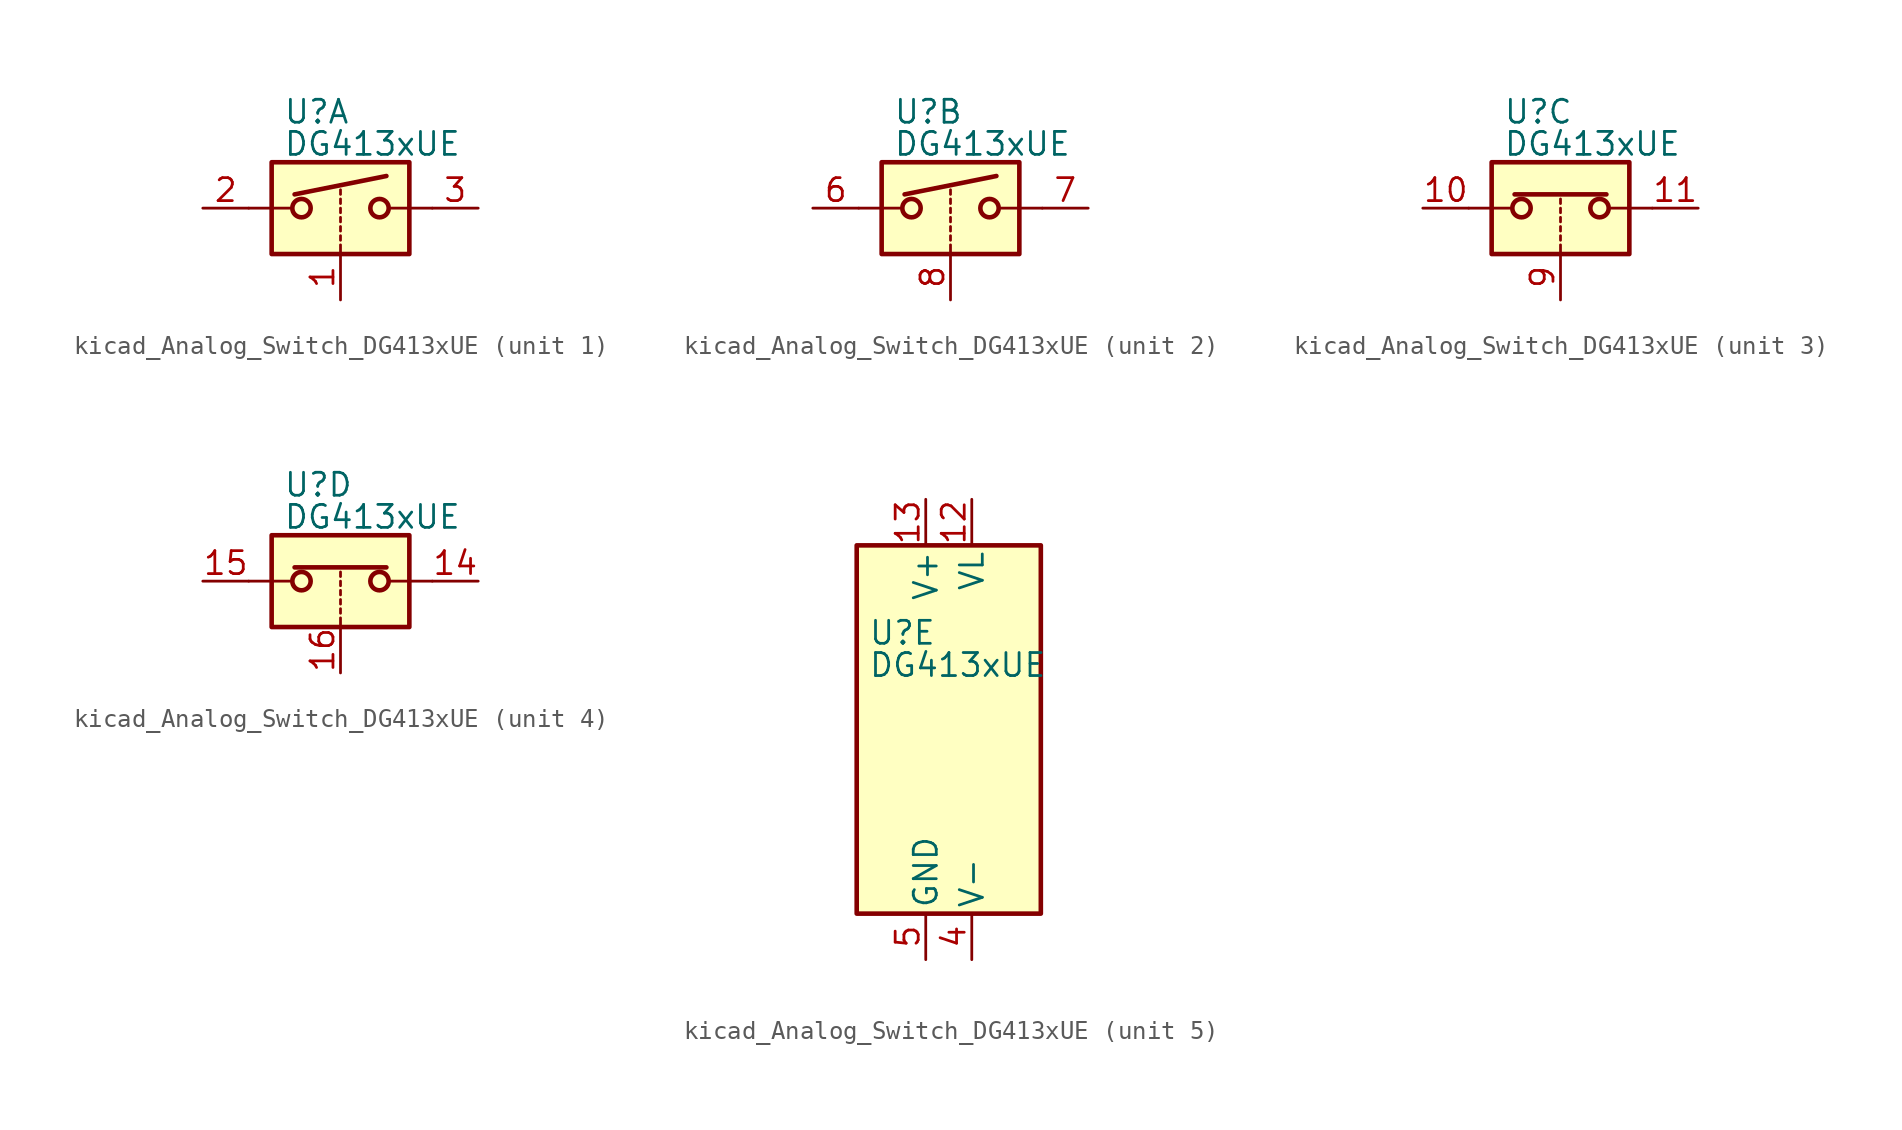
<source format=kicad_sym>
(kicad_symbol_lib
  (version 20220914)
  (generator kicad_symbol_editor)
  (symbol "kicad_Analog_Switch_DG413xUE"
    (pin_names
      (offset 0.254))
    (property "Reference" "U"
      (at -3.175 5.334 0)
      (effects (font (size 1.27 1.27)) (justify left)))
    (property "Value" "DG413xUE"
      (at -3.175 3.556 0)
      (effects (font (size 1.27 1.27)) (justify left)))
    (symbol "kicad_Analog_Switch_DG413xUE_1_1"
      (rectangle (start -3.81 2.54) (end 3.81 -2.54) (stroke (width 0.254) (type default)) (fill (type background)))
      (circle (center -2.159 0) (radius 0.508) (stroke (width 0.254) (type default)) (fill (type none)))
      (polyline (pts (xy -5.08 0) (xy -2.794 0)) (stroke (width 0) (type default)) (fill (type none)))
      (polyline (pts (xy -2.54 0.762) (xy 2.54 1.778)) (stroke (width 0.254) (type default)) (fill (type none)))
      (polyline (pts (xy 0 -2.54) (xy 0 -2.032)) (stroke (width 0) (type default)) (fill (type none)))
      (polyline (pts (xy 0 -1.778) (xy 0 -1.524)) (stroke (width 0) (type default)) (fill (type none)))
      (polyline (pts (xy 0 -1.27) (xy 0 -1.016)) (stroke (width 0) (type default)) (fill (type none)))
      (polyline (pts (xy 0 -0.762) (xy 0 -0.508)) (stroke (width 0) (type default)) (fill (type none)))
      (polyline (pts (xy 0 -0.254) (xy 0 0)) (stroke (width 0) (type default)) (fill (type none)))
      (polyline (pts (xy 0 0.254) (xy 0 0.508)) (stroke (width 0) (type default)) (fill (type none)))
      (polyline (pts (xy 0 0.762) (xy 0 1.016)) (stroke (width 0) (type default)) (fill (type none)))
      (polyline (pts (xy 5.08 0) (xy 2.794 0)) (stroke (width 0) (type default)) (fill (type none)))
      (circle (center 2.159 0) (radius 0.508) (stroke (width 0.254) (type default)) (fill (type none)))
      (pin input line (at 0 -5.08 90) (length 2.54) (name "~" (effects (font (size 1.27 1.27)))) (number "1" (effects (font (size 1.27 1.27)))))
      (pin passive line (at -7.62 0 0) (length 2.54) (name "~" (effects (font (size 1.27 1.27)))) (number "2" (effects (font (size 1.27 1.27)))))
      (pin passive line (at 7.62 0 180) (length 2.54) (name "~" (effects (font (size 1.27 1.27)))) (number "3" (effects (font (size 1.27 1.27))))))
    (symbol "kicad_Analog_Switch_DG413xUE_2_1"
      (rectangle (start -3.81 2.54) (end 3.81 -2.54) (stroke (width 0.254) (type default)) (fill (type background)))
      (circle (center -2.159 0) (radius 0.508) (stroke (width 0.254) (type default)) (fill (type none)))
      (polyline (pts (xy -5.08 0) (xy -2.794 0)) (stroke (width 0) (type default)) (fill (type none)))
      (polyline (pts (xy -2.54 0.762) (xy 2.54 1.778)) (stroke (width 0.254) (type default)) (fill (type none)))
      (polyline (pts (xy 0 -2.54) (xy 0 -2.032)) (stroke (width 0) (type default)) (fill (type none)))
      (polyline (pts (xy 0 -1.778) (xy 0 -1.524)) (stroke (width 0) (type default)) (fill (type none)))
      (polyline (pts (xy 0 -1.27) (xy 0 -1.016)) (stroke (width 0) (type default)) (fill (type none)))
      (polyline (pts (xy 0 -0.762) (xy 0 -0.508)) (stroke (width 0) (type default)) (fill (type none)))
      (polyline (pts (xy 0 -0.254) (xy 0 0)) (stroke (width 0) (type default)) (fill (type none)))
      (polyline (pts (xy 0 0.254) (xy 0 0.508)) (stroke (width 0) (type default)) (fill (type none)))
      (polyline (pts (xy 0 0.762) (xy 0 1.016)) (stroke (width 0) (type default)) (fill (type none)))
      (polyline (pts (xy 5.08 0) (xy 2.794 0)) (stroke (width 0) (type default)) (fill (type none)))
      (circle (center 2.159 0) (radius 0.508) (stroke (width 0.254) (type default)) (fill (type none)))
      (pin passive line (at -7.62 0 0) (length 2.54) (name "~" (effects (font (size 1.27 1.27)))) (number "6" (effects (font (size 1.27 1.27)))))
      (pin passive line (at 7.62 0 180) (length 2.54) (name "~" (effects (font (size 1.27 1.27)))) (number "7" (effects (font (size 1.27 1.27)))))
      (pin input line (at 0 -5.08 90) (length 2.54) (name "~" (effects (font (size 1.27 1.27)))) (number "8" (effects (font (size 1.27 1.27))))))
    (symbol "kicad_Analog_Switch_DG413xUE_3_1"
      (rectangle (start -3.81 2.54) (end 3.81 -2.54) (stroke (width 0.254) (type default)) (fill (type background)))
      (circle (center -2.159 0) (radius 0.508) (stroke (width 0.254) (type default)) (fill (type none)))
      (polyline (pts (xy -5.08 0) (xy -2.794 0)) (stroke (width 0) (type default)) (fill (type none)))
      (polyline (pts (xy -2.54 0.762) (xy 2.54 0.762)) (stroke (width 0.254) (type default)) (fill (type none)))
      (polyline (pts (xy 0 -2.54) (xy 0 -2.032)) (stroke (width 0) (type default)) (fill (type none)))
      (polyline (pts (xy 0 -1.778) (xy 0 -1.524)) (stroke (width 0) (type default)) (fill (type none)))
      (polyline (pts (xy 0 -1.27) (xy 0 -1.016)) (stroke (width 0) (type default)) (fill (type none)))
      (polyline (pts (xy 0 -0.762) (xy 0 -0.508)) (stroke (width 0) (type default)) (fill (type none)))
      (polyline (pts (xy 0 -0.254) (xy 0 0)) (stroke (width 0) (type default)) (fill (type none)))
      (polyline (pts (xy 0 0.254) (xy 0 0.508)) (stroke (width 0) (type default)) (fill (type none)))
      (polyline (pts (xy 5.08 0) (xy 2.794 0)) (stroke (width 0) (type default)) (fill (type none)))
      (circle (center 2.159 0) (radius 0.508) (stroke (width 0.254) (type default)) (fill (type none)))
      (pin passive line (at -7.62 0 0) (length 2.54) (name "~" (effects (font (size 1.27 1.27)))) (number "10" (effects (font (size 1.27 1.27)))))
      (pin passive line (at 7.62 0 180) (length 2.54) (name "~" (effects (font (size 1.27 1.27)))) (number "11" (effects (font (size 1.27 1.27)))))
      (pin input line (at 0 -5.08 90) (length 2.54) (name "~" (effects (font (size 1.27 1.27)))) (number "9" (effects (font (size 1.27 1.27))))))
    (symbol "kicad_Analog_Switch_DG413xUE_4_1"
      (rectangle (start -3.81 2.54) (end 3.81 -2.54) (stroke (width 0.254) (type default)) (fill (type background)))
      (circle (center -2.159 0) (radius 0.508) (stroke (width 0.254) (type default)) (fill (type none)))
      (polyline (pts (xy -5.08 0) (xy -2.794 0)) (stroke (width 0) (type default)) (fill (type none)))
      (polyline (pts (xy -2.54 0.762) (xy 2.54 0.762)) (stroke (width 0.254) (type default)) (fill (type none)))
      (polyline (pts (xy 0 -2.54) (xy 0 -2.032)) (stroke (width 0) (type default)) (fill (type none)))
      (polyline (pts (xy 0 -1.778) (xy 0 -1.524)) (stroke (width 0) (type default)) (fill (type none)))
      (polyline (pts (xy 0 -1.27) (xy 0 -1.016)) (stroke (width 0) (type default)) (fill (type none)))
      (polyline (pts (xy 0 -0.762) (xy 0 -0.508)) (stroke (width 0) (type default)) (fill (type none)))
      (polyline (pts (xy 0 -0.254) (xy 0 0)) (stroke (width 0) (type default)) (fill (type none)))
      (polyline (pts (xy 0 0.254) (xy 0 0.508)) (stroke (width 0) (type default)) (fill (type none)))
      (polyline (pts (xy 5.08 0) (xy 2.794 0)) (stroke (width 0) (type default)) (fill (type none)))
      (circle (center 2.159 0) (radius 0.508) (stroke (width 0.254) (type default)) (fill (type none)))
      (pin passive line (at 7.62 0 180) (length 2.54) (name "~" (effects (font (size 1.27 1.27)))) (number "14" (effects (font (size 1.27 1.27)))))
      (pin passive line (at -7.62 0 0) (length 2.54) (name "~" (effects (font (size 1.27 1.27)))) (number "15" (effects (font (size 1.27 1.27)))))
      (pin input line (at 0 -5.08 90) (length 2.54) (name "~" (effects (font (size 1.27 1.27)))) (number "16" (effects (font (size 1.27 1.27))))))
    (symbol "kicad_Analog_Switch_DG413xUE_5_0"
      (pin power_in line (at 2.54 12.7 270) (length 2.54) (name "VL" (effects (font (size 1.27 1.27)))) (number "12" (effects (font (size 1.27 1.27)))))
      (pin power_in line (at 0 12.7 270) (length 2.54) (name "V+" (effects (font (size 1.27 1.27)))) (number "13" (effects (font (size 1.27 1.27)))))
      (pin power_in line (at 2.54 -12.7 90) (length 2.54) (name "V-" (effects (font (size 1.27 1.27)))) (number "4" (effects (font (size 1.27 1.27)))))
      (pin power_in line (at 0 -12.7 90) (length 2.54) (name "GND" (effects (font (size 1.27 1.27)))) (number "5" (effects (font (size 1.27 1.27))))))
    (symbol "kicad_Analog_Switch_DG413xUE_5_1"
      (rectangle (start -3.81 10.16) (end 6.35 -10.16) (stroke (width 0.254) (type default)) (fill (type background))))))
</source>
